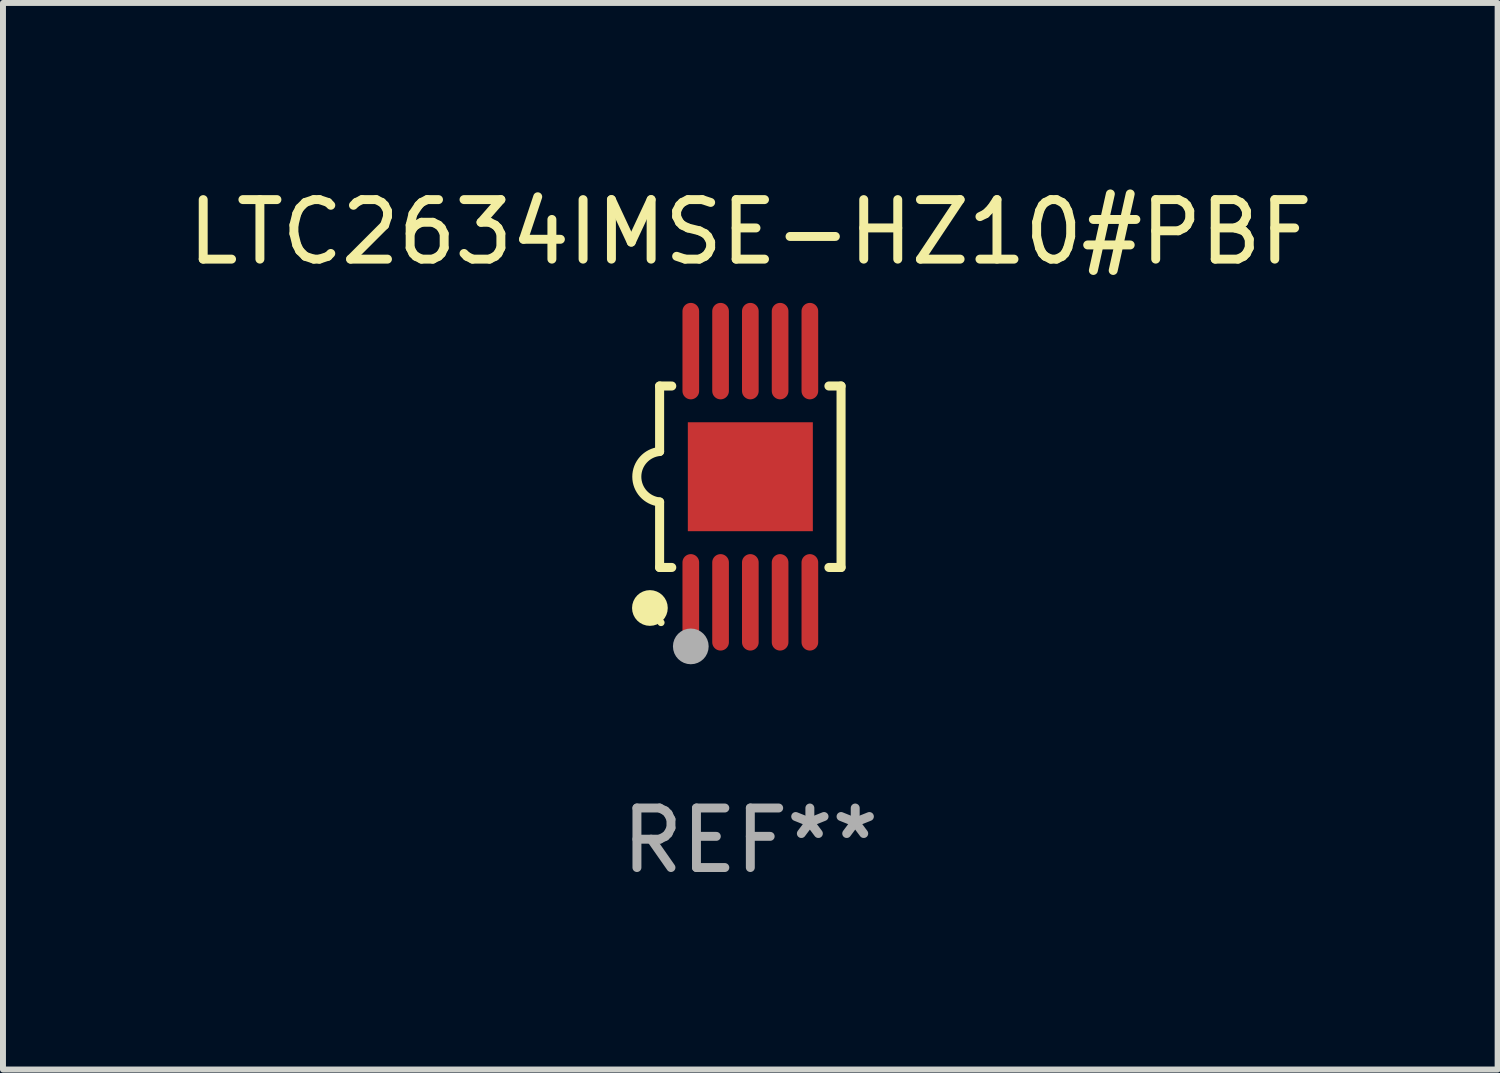
<source format=kicad_pcb>
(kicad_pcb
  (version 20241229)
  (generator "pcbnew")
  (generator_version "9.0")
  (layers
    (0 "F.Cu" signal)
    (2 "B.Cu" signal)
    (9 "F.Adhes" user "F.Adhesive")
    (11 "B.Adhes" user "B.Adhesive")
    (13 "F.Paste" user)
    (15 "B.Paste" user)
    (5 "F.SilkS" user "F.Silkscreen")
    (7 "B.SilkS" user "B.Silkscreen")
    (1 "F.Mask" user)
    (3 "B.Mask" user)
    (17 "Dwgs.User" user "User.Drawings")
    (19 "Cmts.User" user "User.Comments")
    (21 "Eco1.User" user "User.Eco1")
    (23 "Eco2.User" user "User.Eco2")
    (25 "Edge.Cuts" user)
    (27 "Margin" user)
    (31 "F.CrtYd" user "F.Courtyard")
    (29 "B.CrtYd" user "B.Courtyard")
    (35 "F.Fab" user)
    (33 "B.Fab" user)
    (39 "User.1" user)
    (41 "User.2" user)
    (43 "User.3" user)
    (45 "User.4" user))
  (footprint "LTC2634IMSE-HZ10#PBF"
    (layer "F.Cu")
    (at 9.554 4.958)
    (property "Reference" "LTC2634IMSE-HZ10#PBF" (at 0 -4.11 0) (layer "F.SilkS") (effects (font (size 1 1) (thickness 0.15))))
    (attr through_hole)
    (fp_line (start -1.524 -1.524) (end -1.524 -0.424) (stroke (width 0.152) (type solid)) (layer "F.SilkS"))
    (fp_line (start -1.524 1.524) (end -1.524 0.424) (stroke (width 0.152) (type solid)) (layer "F.SilkS"))
    (fp_line (start -1.524 1.524) (end -1.32 1.524) (stroke (width 0.152) (type solid)) (layer "F.SilkS"))
    (fp_line (start -1.32 -1.524) (end -1.524 -1.524) (stroke (width 0.152) (type solid)) (layer "F.SilkS"))
    (fp_line (start 1.32 1.524) (end 1.524 1.524) (stroke (width 0.152) (type solid)) (layer "F.SilkS"))
    (fp_line (start 1.524 -1.524) (end 1.32 -1.524) (stroke (width 0.152) (type solid)) (layer "F.SilkS"))
    (fp_line (start 1.524 1.524) (end 1.524 -1.524) (stroke (width 0.152) (type solid)) (layer "F.SilkS"))
    (fp_arc (start -1.524003 0.424003) (mid -1.906663 -0.000089) (end -1.524004 -0.424181) (stroke (width 0.151994) (type solid)) (layer "F.SilkS"))
    (fp_circle (center -1.687 2.205) (end -1.537 2.205) (stroke (width 0.3) (type solid)) (fill no) (layer "F.SilkS"))
    (fp_circle (center -1.5 2.45) (end -1.47 2.45) (stroke (width 0.06) (type solid)) (fill no) (layer "F.SilkS"))
    (fp_circle (center -1 2.85) (end -0.85 2.85) (stroke (width 0.3) (type solid)) (fill no) (layer "F.Fab"))
    (fp_text user "REF**" (at 0 6.11 0) (layer "F.Fab") (effects (font (size 1 1) (thickness 0.15))))
    (pad "1" smd oval (at -1 2.11) (size 0.28 1.62) (layers "F.Cu" "F.Mask" "F.Paste"))
    (pad "2" smd oval (at -0.5 2.11) (size 0.28 1.62) (layers "F.Cu" "F.Mask" "F.Paste"))
    (pad "3" smd oval (at 0 2.11) (size 0.28 1.62) (layers "F.Cu" "F.Mask" "F.Paste"))
    (pad "4" smd oval (at 0.5 2.11) (size 0.28 1.62) (layers "F.Cu" "F.Mask" "F.Paste"))
    (pad "5" smd oval (at 1 2.11) (size 0.28 1.62) (layers "F.Cu" "F.Mask" "F.Paste"))
    (pad "6" smd oval (at 1 -2.11) (size 0.28 1.62) (layers "F.Cu" "F.Mask" "F.Paste"))
    (pad "7" smd oval (at 0.5 -2.11) (size 0.28 1.62) (layers "F.Cu" "F.Mask" "F.Paste"))
    (pad "8" smd oval (at 0 -2.11) (size 0.28 1.62) (layers "F.Cu" "F.Mask" "F.Paste"))
    (pad "9" smd oval (at -0.5 -2.11) (size 0.28 1.62) (layers "F.Cu" "F.Mask" "F.Paste"))
    (pad "10" smd oval (at -1 -2.11) (size 0.28 1.62) (layers "F.Cu" "F.Mask" "F.Paste"))
    (pad "11" smd rect (at 0 0) (size 2.1 1.83) (layers "F.Cu" "F.Mask" "F.Paste")))
  (gr_rect
    (start -3 -3)
    (end 22.107 14.916)
    (stroke (width 0.1) (type default))
    (fill no)
    (layer "Edge.Cuts")))
</source>
